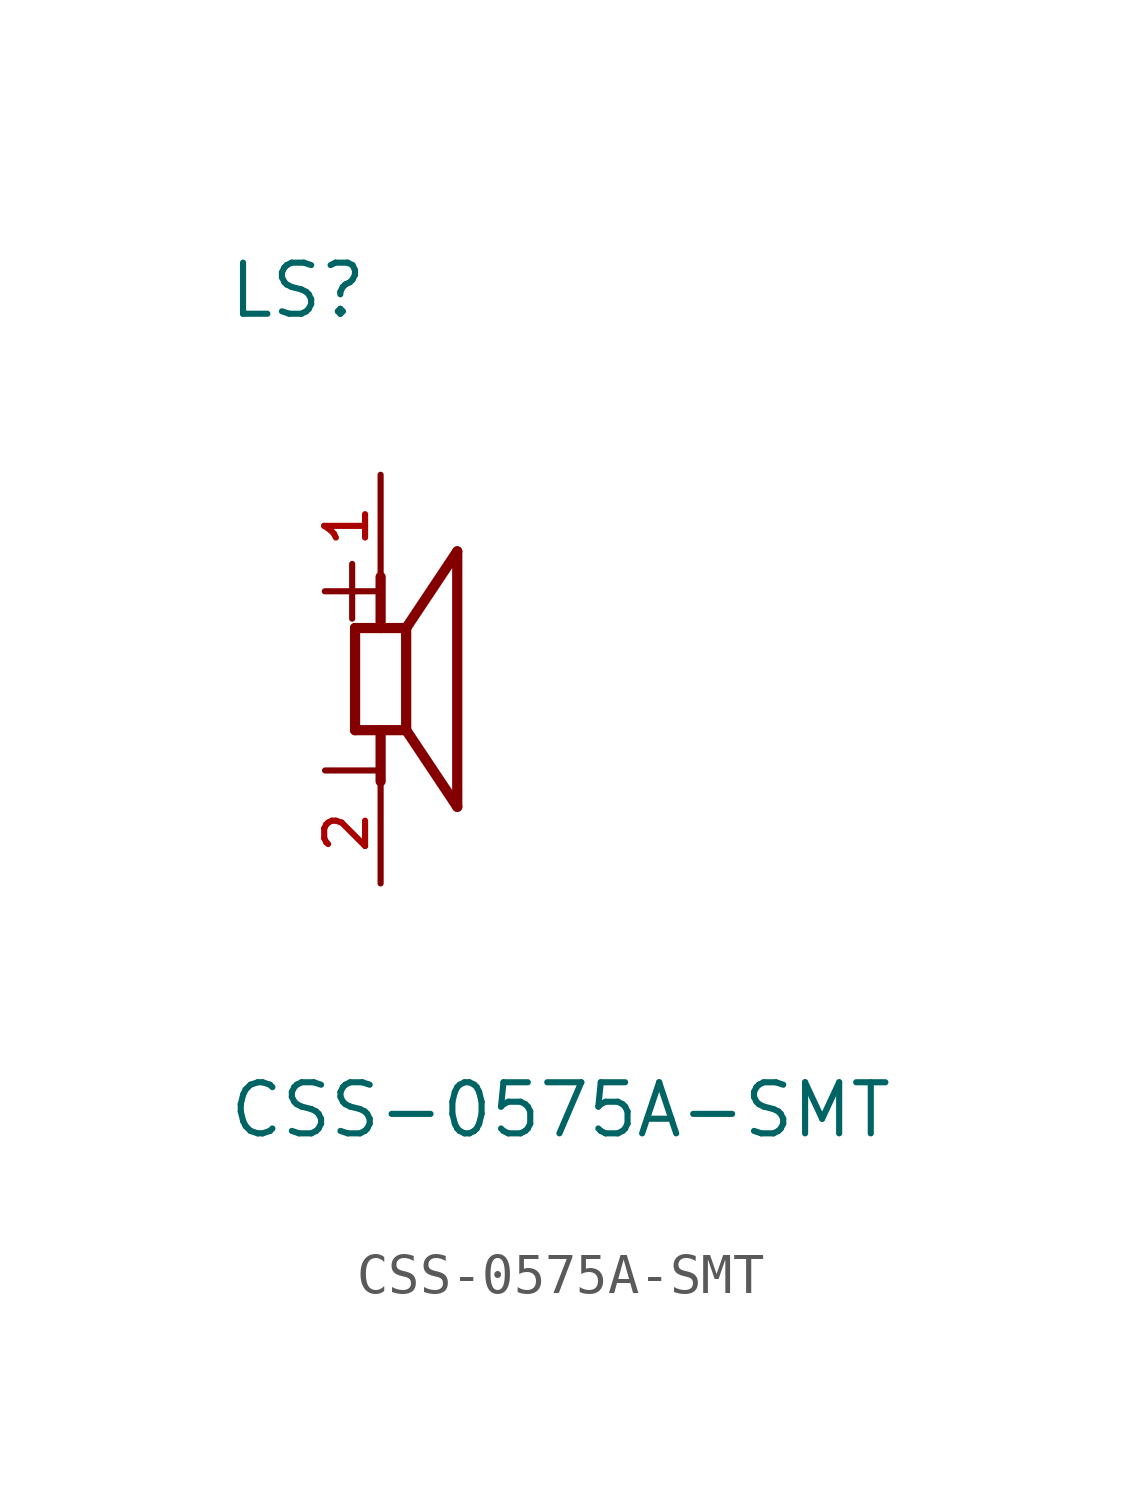
<source format=kicad_sym>
(kicad_symbol_lib
  (version 20220914)
  (generator kicad_symbol_editor)
  (symbol "CSS-0575A-SMT"
    (pin_names
      (offset 1.016))
    (property "Reference" "LS"
      (at -3.823 8.92 0)
      (effects (font (size 1.27 1.27)) (justify left bottom)))
    (property "Value" "CSS-0575A-SMT"
      (at -3.819 -11.457 0)
      (effects (font (size 1.27 1.27)) (justify left bottom)))
    (symbol "CSS-0575A-SMT_0_0"
      (polyline (pts (xy -0.635 -1.27) (xy -0.635 1.27)) (stroke (width 0.254) (type default)) (fill (type none)))
      (polyline (pts (xy -0.635 1.27) (xy 0 1.27)) (stroke (width 0.254) (type default)) (fill (type none)))
      (polyline (pts (xy 0 -1.27) (xy -0.635 -1.27)) (stroke (width 0.254) (type default)) (fill (type none)))
      (polyline (pts (xy 0 -1.27) (xy 0 -2.54)) (stroke (width 0.254) (type default)) (fill (type none)))
      (polyline (pts (xy 0 1.27) (xy 0 2.54)) (stroke (width 0.254) (type default)) (fill (type none)))
      (polyline (pts (xy 0 1.27) (xy 0.635 1.27)) (stroke (width 0.254) (type default)) (fill (type none)))
      (polyline (pts (xy 0.635 -1.27) (xy 0 -1.27)) (stroke (width 0.254) (type default)) (fill (type none)))
      (polyline (pts (xy 0.635 1.27) (xy 0.635 -1.27)) (stroke (width 0.254) (type default)) (fill (type none)))
      (polyline (pts (xy 0.635 1.27) (xy 1.905 3.175)) (stroke (width 0.254) (type default)) (fill (type none)))
      (polyline (pts (xy 1.905 -3.175) (xy 0.635 -1.27)) (stroke (width 0.254) (type default)) (fill (type none)))
      (polyline (pts (xy 1.905 3.175) (xy 1.905 -3.175)) (stroke (width 0.254) (type default)) (fill (type none)))
      (text "+" (at -1.913 1.276 0) (effects (font (size 1.786 1.786)) (justify left bottom)))
      (text "-" (at -1.905 -3.175 0) (effects (font (size 1.778 1.778)) (justify left bottom)))
      (pin passive line (at 0 5.08 270) (length 2.54) (name "~" (effects (font (size 1.016 1.016)))) (number "1" (effects (font (size 1.016 1.016)))))
      (pin passive line (at 0 -5.08 90) (length 2.54) (name "~" (effects (font (size 1.016 1.016)))) (number "2" (effects (font (size 1.016 1.016))))))))
</source>
